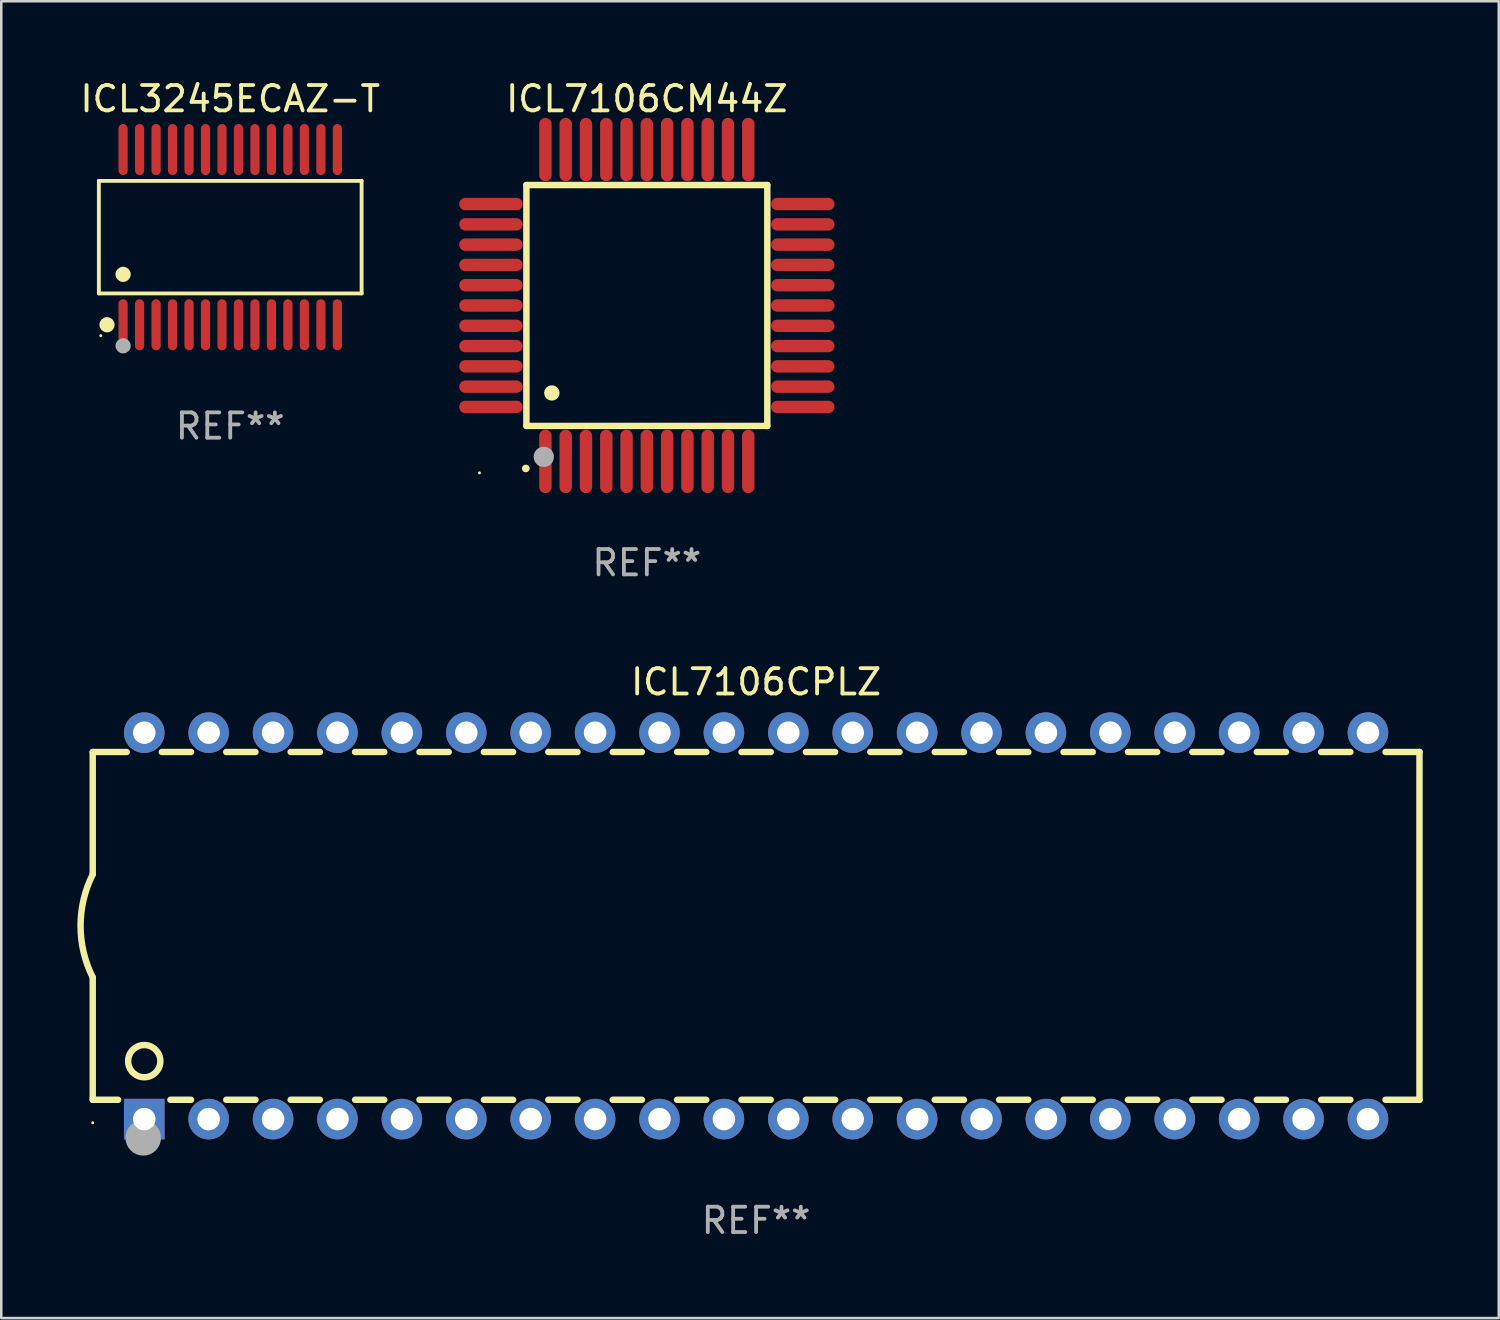
<source format=kicad_pcb>
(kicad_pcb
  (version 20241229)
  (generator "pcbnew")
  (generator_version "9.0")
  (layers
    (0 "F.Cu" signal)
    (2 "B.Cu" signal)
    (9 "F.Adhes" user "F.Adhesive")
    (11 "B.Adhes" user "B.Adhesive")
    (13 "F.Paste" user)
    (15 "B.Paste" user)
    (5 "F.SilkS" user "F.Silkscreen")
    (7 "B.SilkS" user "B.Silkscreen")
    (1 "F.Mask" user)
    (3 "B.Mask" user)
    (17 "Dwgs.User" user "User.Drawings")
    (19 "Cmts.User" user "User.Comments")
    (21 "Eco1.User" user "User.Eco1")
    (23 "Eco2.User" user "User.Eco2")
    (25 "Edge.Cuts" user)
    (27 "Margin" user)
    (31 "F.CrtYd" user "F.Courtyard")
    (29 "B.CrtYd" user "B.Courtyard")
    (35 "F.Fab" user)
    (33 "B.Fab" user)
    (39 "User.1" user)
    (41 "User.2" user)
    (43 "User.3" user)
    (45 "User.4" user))
  (footprint "ICL7106CM44Z"
    (layer "F.Cu")
    (at 22.46 8.998)
    (property "Reference" "ICL7106CM44Z" (at 0 -8.15 0) (layer "F.SilkS") (effects (font (size 1 1) (thickness 0.15))))
    (attr through_hole)
    (fp_line (start -4.75 -4.75) (end 4.75 -4.75) (stroke (width 0.254) (type solid)) (layer "F.SilkS"))
    (fp_line (start -4.75 4.75) (end -4.75 -4.75) (stroke (width 0.254) (type solid)) (layer "F.SilkS"))
    (fp_line (start 4.75 -4.75) (end 4.75 4.75) (stroke (width 0.254) (type solid)) (layer "F.SilkS"))
    (fp_line (start 4.75 4.75) (end -4.75 4.75) (stroke (width 0.254) (type solid)) (layer "F.SilkS"))
    (fp_arc (start -4.77521 6.426213) (mid -4.77394 6.426208) (end -4.77267 6.426213) (stroke (width 0.3) (type solid)) (layer "F.SilkS"))
    (fp_arc (start -3.749047 3.449327) (mid -3.746507 3.449316) (end -3.743967 3.449327) (stroke (width 0.6) (type solid)) (layer "F.SilkS"))
    (fp_circle (center -6.6 6.6) (end -6.57 6.6) (stroke (width 0.06) (type solid)) (fill no) (layer "F.SilkS"))
    (fp_circle (center -4.064 5.969) (end -3.864 5.969) (stroke (width 0.4) (type solid)) (fill no) (layer "F.Fab"))
    (fp_text user "REF**" (at 0 10.15 0) (layer "F.Fab") (effects (font (size 1 1) (thickness 0.15))))
    (pad "1" smd oval (at -4 6.15) (size 0.49 2.5) (layers "F.Cu" "F.Mask" "F.Paste"))
    (pad "2" smd oval (at -3.2 6.15) (size 0.49 2.5) (layers "F.Cu" "F.Mask" "F.Paste"))
    (pad "3" smd oval (at -2.4 6.15) (size 0.49 2.5) (layers "F.Cu" "F.Mask" "F.Paste"))
    (pad "4" smd oval (at -1.6 6.15) (size 0.49 2.5) (layers "F.Cu" "F.Mask" "F.Paste"))
    (pad "5" smd oval (at -0.8 6.15) (size 0.49 2.5) (layers "F.Cu" "F.Mask" "F.Paste"))
    (pad "6" smd oval (at 0 6.15) (size 0.49 2.5) (layers "F.Cu" "F.Mask" "F.Paste"))
    (pad "7" smd oval (at 0.8 6.15) (size 0.49 2.5) (layers "F.Cu" "F.Mask" "F.Paste"))
    (pad "8" smd oval (at 1.6 6.15) (size 0.49 2.5) (layers "F.Cu" "F.Mask" "F.Paste"))
    (pad "9" smd oval (at 2.4 6.15) (size 0.49 2.5) (layers "F.Cu" "F.Mask" "F.Paste"))
    (pad "10" smd oval (at 3.2 6.15) (size 0.49 2.5) (layers "F.Cu" "F.Mask" "F.Paste"))
    (pad "11" smd oval (at 4 6.15) (size 0.49 2.5) (layers "F.Cu" "F.Mask" "F.Paste"))
    (pad "12" smd oval (at 6.15 4) (size 2.5 0.49) (layers "F.Cu" "F.Mask" "F.Paste"))
    (pad "13" smd oval (at 6.15 3.2) (size 2.5 0.49) (layers "F.Cu" "F.Mask" "F.Paste"))
    (pad "14" smd oval (at 6.15 2.4) (size 2.5 0.49) (layers "F.Cu" "F.Mask" "F.Paste"))
    (pad "15" smd oval (at 6.15 1.6) (size 2.5 0.49) (layers "F.Cu" "F.Mask" "F.Paste"))
    (pad "16" smd oval (at 6.15 0.8) (size 2.5 0.49) (layers "F.Cu" "F.Mask" "F.Paste"))
    (pad "17" smd oval (at 6.15 0) (size 2.5 0.49) (layers "F.Cu" "F.Mask" "F.Paste"))
    (pad "18" smd oval (at 6.15 -0.8) (size 2.5 0.49) (layers "F.Cu" "F.Mask" "F.Paste"))
    (pad "19" smd oval (at 6.15 -1.6) (size 2.5 0.49) (layers "F.Cu" "F.Mask" "F.Paste"))
    (pad "20" smd oval (at 6.15 -2.4) (size 2.5 0.49) (layers "F.Cu" "F.Mask" "F.Paste"))
    (pad "21" smd oval (at 6.15 -3.2) (size 2.5 0.49) (layers "F.Cu" "F.Mask" "F.Paste"))
    (pad "22" smd oval (at 6.15 -4) (size 2.5 0.49) (layers "F.Cu" "F.Mask" "F.Paste"))
    (pad "23" smd oval (at 4 -6.15) (size 0.49 2.5) (layers "F.Cu" "F.Mask" "F.Paste"))
    (pad "24" smd oval (at 3.2 -6.15) (size 0.49 2.5) (layers "F.Cu" "F.Mask" "F.Paste"))
    (pad "25" smd oval (at 2.4 -6.15) (size 0.49 2.5) (layers "F.Cu" "F.Mask" "F.Paste"))
    (pad "26" smd oval (at 1.6 -6.15) (size 0.49 2.5) (layers "F.Cu" "F.Mask" "F.Paste"))
    (pad "27" smd oval (at 0.8 -6.15) (size 0.49 2.5) (layers "F.Cu" "F.Mask" "F.Paste"))
    (pad "28" smd oval (at 0 -6.15) (size 0.49 2.5) (layers "F.Cu" "F.Mask" "F.Paste"))
    (pad "29" smd oval (at -0.8 -6.15) (size 0.49 2.5) (layers "F.Cu" "F.Mask" "F.Paste"))
    (pad "30" smd oval (at -1.6 -6.15) (size 0.49 2.5) (layers "F.Cu" "F.Mask" "F.Paste"))
    (pad "31" smd oval (at -2.4 -6.15) (size 0.49 2.5) (layers "F.Cu" "F.Mask" "F.Paste"))
    (pad "32" smd oval (at -3.2 -6.15) (size 0.49 2.5) (layers "F.Cu" "F.Mask" "F.Paste"))
    (pad "33" smd oval (at -4 -6.15) (size 0.49 2.5) (layers "F.Cu" "F.Mask" "F.Paste"))
    (pad "34" smd oval (at -6.15 -4) (size 2.5 0.49) (layers "F.Cu" "F.Mask" "F.Paste"))
    (pad "35" smd oval (at -6.15 -3.2) (size 2.5 0.49) (layers "F.Cu" "F.Mask" "F.Paste"))
    (pad "36" smd oval (at -6.15 -2.4) (size 2.5 0.49) (layers "F.Cu" "F.Mask" "F.Paste"))
    (pad "37" smd oval (at -6.15 -1.6) (size 2.5 0.49) (layers "F.Cu" "F.Mask" "F.Paste"))
    (pad "38" smd oval (at -6.15 -0.8) (size 2.5 0.49) (layers "F.Cu" "F.Mask" "F.Paste"))
    (pad "39" smd oval (at -6.15 0) (size 2.5 0.49) (layers "F.Cu" "F.Mask" "F.Paste"))
    (pad "40" smd oval (at -6.15 0.8) (size 2.5 0.49) (layers "F.Cu" "F.Mask" "F.Paste"))
    (pad "41" smd oval (at -6.15 1.6) (size 2.5 0.49) (layers "F.Cu" "F.Mask" "F.Paste"))
    (pad "42" smd oval (at -6.15 2.4) (size 2.5 0.49) (layers "F.Cu" "F.Mask" "F.Paste"))
    (pad "43" smd oval (at -6.15 3.2) (size 2.5 0.49) (layers "F.Cu" "F.Mask" "F.Paste"))
    (pad "44" smd oval (at -6.15 4) (size 2.5 0.49) (layers "F.Cu" "F.Mask" "F.Paste")))
  (footprint "ICL3245ECAZ-T"
    (layer "F.Cu")
    (at 6.03 6.303)
    (property "Reference" "ICL3245ECAZ-T" (at 0 -5.455 0) (layer "F.SilkS") (effects (font (size 1 1) (thickness 0.15))))
    (attr through_hole)
    (fp_line (start -5.181 -2.219) (end 5.181 -2.219) (stroke (width 0.152) (type solid)) (layer "F.SilkS"))
    (fp_line (start -5.181 2.219) (end -5.181 -2.219) (stroke (width 0.152) (type solid)) (layer "F.SilkS"))
    (fp_line (start 5.181 -2.219) (end 5.181 2.219) (stroke (width 0.152) (type solid)) (layer "F.SilkS"))
    (fp_line (start 5.181 2.219) (end -5.181 2.219) (stroke (width 0.152) (type solid)) (layer "F.SilkS"))
    (fp_circle (center -5.105 3.885) (end -5.075 3.885) (stroke (width 0.06) (type solid)) (fill no) (layer "F.SilkS"))
    (fp_circle (center -4.859 3.455) (end -4.709 3.455) (stroke (width 0.3) (type solid)) (fill no) (layer "F.SilkS"))
    (fp_circle (center -4.225 1.467) (end -4.075 1.467) (stroke (width 0.3) (type solid)) (fill no) (layer "F.SilkS"))
    (fp_circle (center -4.225 4.285) (end -4.075 4.285) (stroke (width 0.3) (type solid)) (fill no) (layer "F.Fab"))
    (fp_text user "REF**" (at 0 7.455 0) (layer "F.Fab") (effects (font (size 1 1) (thickness 0.15))))
    (pad "1" smd oval (at -4.225 3.455) (size 0.364 2.015) (layers "F.Cu" "F.Mask" "F.Paste"))
    (pad "2" smd oval (at -3.575 3.455) (size 0.364 2.015) (layers "F.Cu" "F.Mask" "F.Paste"))
    (pad "3" smd oval (at -2.925 3.455) (size 0.364 2.015) (layers "F.Cu" "F.Mask" "F.Paste"))
    (pad "4" smd oval (at -2.275 3.455) (size 0.364 2.015) (layers "F.Cu" "F.Mask" "F.Paste"))
    (pad "5" smd oval (at -1.625 3.455) (size 0.364 2.015) (layers "F.Cu" "F.Mask" "F.Paste"))
    (pad "6" smd oval (at -0.975 3.455) (size 0.364 2.015) (layers "F.Cu" "F.Mask" "F.Paste"))
    (pad "7" smd oval (at -0.325 3.455) (size 0.364 2.015) (layers "F.Cu" "F.Mask" "F.Paste"))
    (pad "8" smd oval (at 0.325 3.455) (size 0.364 2.015) (layers "F.Cu" "F.Mask" "F.Paste"))
    (pad "9" smd oval (at 0.975 3.455) (size 0.364 2.015) (layers "F.Cu" "F.Mask" "F.Paste"))
    (pad "10" smd oval (at 1.625 3.455) (size 0.364 2.015) (layers "F.Cu" "F.Mask" "F.Paste"))
    (pad "11" smd oval (at 2.275 3.455) (size 0.364 2.015) (layers "F.Cu" "F.Mask" "F.Paste"))
    (pad "12" smd oval (at 2.925 3.455) (size 0.364 2.015) (layers "F.Cu" "F.Mask" "F.Paste"))
    (pad "13" smd oval (at 3.575 3.455) (size 0.364 2.015) (layers "F.Cu" "F.Mask" "F.Paste"))
    (pad "14" smd oval (at 4.225 3.455) (size 0.364 2.015) (layers "F.Cu" "F.Mask" "F.Paste"))
    (pad "15" smd oval (at 4.225 -3.455) (size 0.364 2.015) (layers "F.Cu" "F.Mask" "F.Paste"))
    (pad "16" smd oval (at 3.575 -3.455) (size 0.364 2.015) (layers "F.Cu" "F.Mask" "F.Paste"))
    (pad "17" smd oval (at 2.925 -3.455) (size 0.364 2.015) (layers "F.Cu" "F.Mask" "F.Paste"))
    (pad "18" smd oval (at 2.275 -3.455) (size 0.364 2.015) (layers "F.Cu" "F.Mask" "F.Paste"))
    (pad "19" smd oval (at 1.625 -3.455) (size 0.364 2.015) (layers "F.Cu" "F.Mask" "F.Paste"))
    (pad "20" smd oval (at 0.975 -3.455) (size 0.364 2.015) (layers "F.Cu" "F.Mask" "F.Paste"))
    (pad "21" smd oval (at 0.325 -3.455) (size 0.364 2.015) (layers "F.Cu" "F.Mask" "F.Paste"))
    (pad "22" smd oval (at -0.325 -3.455) (size 0.364 2.015) (layers "F.Cu" "F.Mask" "F.Paste"))
    (pad "23" smd oval (at -0.975 -3.455) (size 0.364 2.015) (layers "F.Cu" "F.Mask" "F.Paste"))
    (pad "24" smd oval (at -1.625 -3.455) (size 0.364 2.015) (layers "F.Cu" "F.Mask" "F.Paste"))
    (pad "25" smd oval (at -2.275 -3.455) (size 0.364 2.015) (layers "F.Cu" "F.Mask" "F.Paste"))
    (pad "26" smd oval (at -2.925 -3.455) (size 0.364 2.015) (layers "F.Cu" "F.Mask" "F.Paste"))
    (pad "27" smd oval (at -3.575 -3.455) (size 0.364 2.015) (layers "F.Cu" "F.Mask" "F.Paste"))
    (pad "28" smd oval (at -4.225 -3.455) (size 0.364 2.015) (layers "F.Cu" "F.Mask" "F.Paste")))
  (footprint "ICL7106CPLZ"
    (layer "F.Cu")
    (at 26.769 33.465)
    (property "Reference" "ICL7106CPLZ" (at 0 -9.62 0) (layer "F.SilkS") (effects (font (size 1 1) (thickness 0.15))))
    (attr through_hole)
    (fp_line (start -26.162 -6.858) (end -26.162 -2.032) (stroke (width 0.254) (type solid)) (layer "F.SilkS"))
    (fp_line (start -26.162 6.858) (end -26.162 2.032) (stroke (width 0.254) (type solid)) (layer "F.SilkS"))
    (fp_line (start -26.162 6.858) (end -25.161 6.858) (stroke (width 0.254) (type solid)) (layer "F.SilkS"))
    (fp_line (start -24.824 -6.858) (end -26.162 -6.858) (stroke (width 0.254) (type solid)) (layer "F.SilkS"))
    (fp_line (start -23.099 6.858) (end -22.284 6.858) (stroke (width 0.254) (type solid)) (layer "F.SilkS"))
    (fp_line (start -22.284 -6.858) (end -23.436 -6.858) (stroke (width 0.254) (type solid)) (layer "F.SilkS"))
    (fp_line (start -20.896 6.858) (end -19.744 6.858) (stroke (width 0.254) (type solid)) (layer "F.SilkS"))
    (fp_line (start -19.744 -6.858) (end -20.896 -6.858) (stroke (width 0.254) (type solid)) (layer "F.SilkS"))
    (fp_line (start -18.356 6.858) (end -17.204 6.858) (stroke (width 0.254) (type solid)) (layer "F.SilkS"))
    (fp_line (start -17.204 -6.858) (end -18.356 -6.858) (stroke (width 0.254) (type solid)) (layer "F.SilkS"))
    (fp_line (start -15.816 6.858) (end -14.664 6.858) (stroke (width 0.254) (type solid)) (layer "F.SilkS"))
    (fp_line (start -14.664 -6.858) (end -15.816 -6.858) (stroke (width 0.254) (type solid)) (layer "F.SilkS"))
    (fp_line (start -13.276 6.858) (end -12.124 6.858) (stroke (width 0.254) (type solid)) (layer "F.SilkS"))
    (fp_line (start -12.124 -6.858) (end -13.276 -6.858) (stroke (width 0.254) (type solid)) (layer "F.SilkS"))
    (fp_line (start -10.736 6.858) (end -9.584 6.858) (stroke (width 0.254) (type solid)) (layer "F.SilkS"))
    (fp_line (start -9.584 -6.858) (end -10.736 -6.858) (stroke (width 0.254) (type solid)) (layer "F.SilkS"))
    (fp_line (start -8.196 6.858) (end -7.044 6.858) (stroke (width 0.254) (type solid)) (layer "F.SilkS"))
    (fp_line (start -7.044 -6.858) (end -8.196 -6.858) (stroke (width 0.254) (type solid)) (layer "F.SilkS"))
    (fp_line (start -5.656 6.858) (end -4.504 6.858) (stroke (width 0.254) (type solid)) (layer "F.SilkS"))
    (fp_line (start -4.504 -6.858) (end -5.656 -6.858) (stroke (width 0.254) (type solid)) (layer "F.SilkS"))
    (fp_line (start -3.116 6.858) (end -1.964 6.858) (stroke (width 0.254) (type solid)) (layer "F.SilkS"))
    (fp_line (start -1.964 -6.858) (end -3.116 -6.858) (stroke (width 0.254) (type solid)) (layer "F.SilkS"))
    (fp_line (start -0.576 6.858) (end 0.576 6.858) (stroke (width 0.254) (type solid)) (layer "F.SilkS"))
    (fp_line (start 0.576 -6.858) (end -0.576 -6.858) (stroke (width 0.254) (type solid)) (layer "F.SilkS"))
    (fp_line (start 1.964 6.858) (end 3.116 6.858) (stroke (width 0.254) (type solid)) (layer "F.SilkS"))
    (fp_line (start 3.116 -6.858) (end 1.964 -6.858) (stroke (width 0.254) (type solid)) (layer "F.SilkS"))
    (fp_line (start 4.504 6.858) (end 5.656 6.858) (stroke (width 0.254) (type solid)) (layer "F.SilkS"))
    (fp_line (start 5.656 -6.858) (end 4.504 -6.858) (stroke (width 0.254) (type solid)) (layer "F.SilkS"))
    (fp_line (start 7.044 6.858) (end 8.196 6.858) (stroke (width 0.254) (type solid)) (layer "F.SilkS"))
    (fp_line (start 8.196 -6.858) (end 7.044 -6.858) (stroke (width 0.254) (type solid)) (layer "F.SilkS"))
    (fp_line (start 9.584 6.858) (end 10.736 6.858) (stroke (width 0.254) (type solid)) (layer "F.SilkS"))
    (fp_line (start 10.736 -6.858) (end 9.584 -6.858) (stroke (width 0.254) (type solid)) (layer "F.SilkS"))
    (fp_line (start 12.124 6.858) (end 13.276 6.858) (stroke (width 0.254) (type solid)) (layer "F.SilkS"))
    (fp_line (start 13.276 -6.858) (end 12.124 -6.858) (stroke (width 0.254) (type solid)) (layer "F.SilkS"))
    (fp_line (start 14.664 6.858) (end 15.816 6.858) (stroke (width 0.254) (type solid)) (layer "F.SilkS"))
    (fp_line (start 15.816 -6.858) (end 14.664 -6.858) (stroke (width 0.254) (type solid)) (layer "F.SilkS"))
    (fp_line (start 17.204 6.858) (end 18.356 6.858) (stroke (width 0.254) (type solid)) (layer "F.SilkS"))
    (fp_line (start 18.356 -6.858) (end 17.204 -6.858) (stroke (width 0.254) (type solid)) (layer "F.SilkS"))
    (fp_line (start 19.744 6.858) (end 20.896 6.858) (stroke (width 0.254) (type solid)) (layer "F.SilkS"))
    (fp_line (start 20.896 -6.858) (end 19.744 -6.858) (stroke (width 0.254) (type solid)) (layer "F.SilkS"))
    (fp_line (start 22.284 6.858) (end 23.436 6.858) (stroke (width 0.254) (type solid)) (layer "F.SilkS"))
    (fp_line (start 23.436 -6.858) (end 22.284 -6.858) (stroke (width 0.254) (type solid)) (layer "F.SilkS"))
    (fp_line (start 24.824 6.858) (end 26.162 6.858) (stroke (width 0.254) (type solid)) (layer "F.SilkS"))
    (fp_line (start 26.162 -6.858) (end 24.824 -6.858) (stroke (width 0.254) (type solid)) (layer "F.SilkS"))
    (fp_line (start 26.162 -6.858) (end 26.162 6.858) (stroke (width 0.254) (type solid)) (layer "F.SilkS"))
    (fp_arc (start -26.162052 2.032004) (mid -26.641743 0) (end -26.162052 -2.032004) (stroke (width 0.254001) (type solid)) (layer "F.SilkS"))
    (fp_circle (center -26.162 7.765) (end -26.132 7.765) (stroke (width 0.06) (type solid)) (fill no) (layer "F.SilkS"))
    (fp_circle (center -24.13 5.334) (end -23.495 5.334) (stroke (width 0.254) (type solid)) (fill no) (layer "F.SilkS"))
    (fp_circle (center -24.17 8.36) (end -23.82 8.36) (stroke (width 0.7) (type solid)) (fill no) (layer "F.Fab"))
    (fp_text user "REF**" (at 0 11.62 0) (layer "F.Fab") (effects (font (size 1 1) (thickness 0.15))))
    (pad "1" thru_hole rect (at -24.13 7.62) (size 1.6 1.6) (drill 0.889) (layers "*.Cu" "*.Mask"))
    (pad "2" thru_hole circle (at -21.59 7.62) (size 1.6 1.6) (drill 0.889) (layers "*.Cu" "*.Mask"))
    (pad "3" thru_hole circle (at -19.05 7.62) (size 1.6 1.6) (drill 0.889) (layers "*.Cu" "*.Mask"))
    (pad "4" thru_hole circle (at -16.51 7.62) (size 1.6 1.6) (drill 0.889) (layers "*.Cu" "*.Mask"))
    (pad "5" thru_hole circle (at -13.97 7.62) (size 1.6 1.6) (drill 0.889) (layers "*.Cu" "*.Mask"))
    (pad "6" thru_hole circle (at -11.43 7.62) (size 1.6 1.6) (drill 0.889) (layers "*.Cu" "*.Mask"))
    (pad "7" thru_hole circle (at -8.89 7.62) (size 1.6 1.6) (drill 0.889) (layers "*.Cu" "*.Mask"))
    (pad "8" thru_hole circle (at -6.35 7.62) (size 1.6 1.6) (drill 0.889) (layers "*.Cu" "*.Mask"))
    (pad "9" thru_hole circle (at -3.81 7.62) (size 1.6 1.6) (drill 0.889) (layers "*.Cu" "*.Mask"))
    (pad "10" thru_hole circle (at -1.27 7.62) (size 1.6 1.6) (drill 0.889) (layers "*.Cu" "*.Mask"))
    (pad "11" thru_hole circle (at 1.27 7.62) (size 1.6 1.6) (drill 0.889) (layers "*.Cu" "*.Mask"))
    (pad "12" thru_hole circle (at 3.81 7.62) (size 1.6 1.6) (drill 0.889) (layers "*.Cu" "*.Mask"))
    (pad "13" thru_hole circle (at 6.35 7.62) (size 1.6 1.6) (drill 0.889) (layers "*.Cu" "*.Mask"))
    (pad "14" thru_hole circle (at 8.89 7.62) (size 1.6 1.6) (drill 0.889) (layers "*.Cu" "*.Mask"))
    (pad "15" thru_hole circle (at 11.43 7.62) (size 1.6 1.6) (drill 0.889) (layers "*.Cu" "*.Mask"))
    (pad "16" thru_hole circle (at 13.97 7.62) (size 1.6 1.6) (drill 0.889) (layers "*.Cu" "*.Mask"))
    (pad "17" thru_hole circle (at 16.51 7.62) (size 1.6 1.6) (drill 0.889) (layers "*.Cu" "*.Mask"))
    (pad "18" thru_hole circle (at 19.05 7.62) (size 1.6 1.6) (drill 0.889) (layers "*.Cu" "*.Mask"))
    (pad "19" thru_hole circle (at 21.59 7.62) (size 1.6 1.6) (drill 0.889) (layers "*.Cu" "*.Mask"))
    (pad "20" thru_hole circle (at 24.13 7.62) (size 1.6 1.6) (drill 0.889) (layers "*.Cu" "*.Mask"))
    (pad "21" thru_hole circle (at 24.13 -7.62) (size 1.6 1.6) (drill 0.889) (layers "*.Cu" "*.Mask"))
    (pad "22" thru_hole circle (at 21.59 -7.62) (size 1.6 1.6) (drill 0.889) (layers "*.Cu" "*.Mask"))
    (pad "23" thru_hole circle (at 19.05 -7.62) (size 1.6 1.6) (drill 0.889) (layers "*.Cu" "*.Mask"))
    (pad "24" thru_hole circle (at 16.51 -7.62) (size 1.6 1.6) (drill 0.889) (layers "*.Cu" "*.Mask"))
    (pad "25" thru_hole circle (at 13.97 -7.62) (size 1.6 1.6) (drill 0.889) (layers "*.Cu" "*.Mask"))
    (pad "26" thru_hole circle (at 11.43 -7.62) (size 1.6 1.6) (drill 0.889) (layers "*.Cu" "*.Mask"))
    (pad "27" thru_hole circle (at 8.89 -7.62) (size 1.6 1.6) (drill 0.889) (layers "*.Cu" "*.Mask"))
    (pad "28" thru_hole circle (at 6.35 -7.62) (size 1.6 1.6) (drill 0.889) (layers "*.Cu" "*.Mask"))
    (pad "29" thru_hole circle (at 3.81 -7.62) (size 1.6 1.6) (drill 0.889) (layers "*.Cu" "*.Mask"))
    (pad "30" thru_hole circle (at 1.27 -7.62) (size 1.6 1.6) (drill 0.889) (layers "*.Cu" "*.Mask"))
    (pad "31" thru_hole circle (at -1.27 -7.62) (size 1.6 1.6) (drill 0.889) (layers "*.Cu" "*.Mask"))
    (pad "32" thru_hole circle (at -3.81 -7.62) (size 1.6 1.6) (drill 0.889) (layers "*.Cu" "*.Mask"))
    (pad "33" thru_hole circle (at -6.35 -7.62) (size 1.6 1.6) (drill 0.889) (layers "*.Cu" "*.Mask"))
    (pad "34" thru_hole circle (at -8.89 -7.62) (size 1.6 1.6) (drill 0.889) (layers "*.Cu" "*.Mask"))
    (pad "35" thru_hole circle (at -11.43 -7.62) (size 1.6 1.6) (drill 0.889) (layers "*.Cu" "*.Mask"))
    (pad "36" thru_hole circle (at -13.97 -7.62) (size 1.6 1.6) (drill 0.889) (layers "*.Cu" "*.Mask"))
    (pad "37" thru_hole circle (at -16.51 -7.62) (size 1.6 1.6) (drill 0.889) (layers "*.Cu" "*.Mask"))
    (pad "38" thru_hole circle (at -19.05 -7.62) (size 1.6 1.6) (drill 0.889) (layers "*.Cu" "*.Mask"))
    (pad "39" thru_hole circle (at -21.59 -7.62) (size 1.6 1.6) (drill 0.889) (layers "*.Cu" "*.Mask"))
    (pad "40" thru_hole circle (at -24.13 -7.62) (size 1.6 1.6) (drill 0.889) (layers "*.Cu" "*.Mask")))
  (gr_rect
    (start -3 -3)
    (end 56.058 48.933)
    (stroke (width 0.1) (type default))
    (fill no)
    (layer "Edge.Cuts")))
</source>
